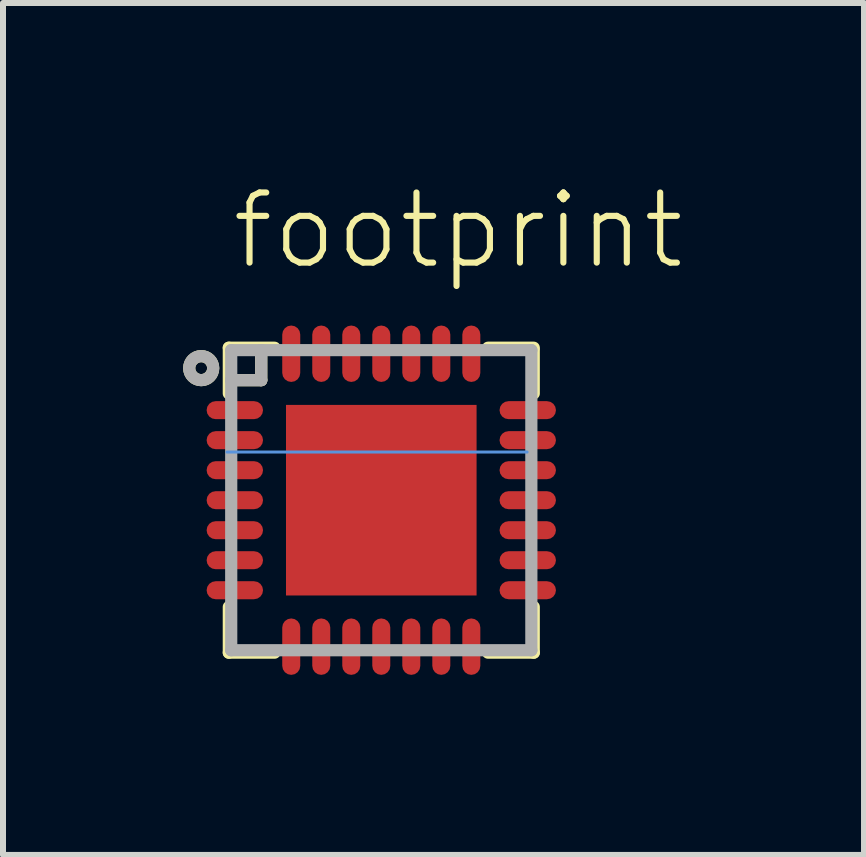
<source format=kicad_pcb>
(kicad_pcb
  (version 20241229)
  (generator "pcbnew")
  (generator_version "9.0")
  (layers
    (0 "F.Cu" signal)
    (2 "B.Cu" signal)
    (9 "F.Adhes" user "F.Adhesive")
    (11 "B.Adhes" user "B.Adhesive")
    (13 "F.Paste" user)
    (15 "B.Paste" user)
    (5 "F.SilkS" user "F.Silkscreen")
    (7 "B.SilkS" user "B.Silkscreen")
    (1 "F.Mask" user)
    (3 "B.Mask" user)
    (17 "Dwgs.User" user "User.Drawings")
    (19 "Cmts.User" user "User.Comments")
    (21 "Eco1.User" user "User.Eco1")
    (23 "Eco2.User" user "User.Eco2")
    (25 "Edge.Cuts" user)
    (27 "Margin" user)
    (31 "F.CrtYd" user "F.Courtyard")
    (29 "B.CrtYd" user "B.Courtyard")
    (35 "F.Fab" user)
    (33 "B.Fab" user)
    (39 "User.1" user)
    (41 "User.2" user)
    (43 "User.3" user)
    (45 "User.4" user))
  (footprint "footprint"
    (layer "F.Cu")
    (at 3.302 5.283)
    (property "Reference" "footprint" (at -2.54 -3.81 0) (layer "F.SilkS") (effects (font (size 1.168 1.168) (thickness 0.102)) (justify left bottom)))
    (fp_line (start -2.54 -2.54) (end -2.54 -1.778) (stroke (width 0.203) (type solid)) (layer "F.SilkS"))
    (fp_line (start -2.54 -2.54) (end -1.778 -2.54) (stroke (width 0.203) (type solid)) (layer "F.SilkS"))
    (fp_line (start -2.54 2.54) (end -2.54 1.778) (stroke (width 0.203) (type solid)) (layer "F.SilkS"))
    (fp_line (start -2.54 2.54) (end -1.778 2.54) (stroke (width 0.203) (type solid)) (layer "F.SilkS"))
    (fp_line (start -2 -2.5) (end -2 -2) (stroke (width 0.203) (type solid)) (layer "F.SilkS"))
    (fp_line (start -2 -2) (end -2.5 -2) (stroke (width 0.203) (type solid)) (layer "F.SilkS"))
    (fp_line (start 2.54 -2.54) (end 1.778 -2.54) (stroke (width 0.203) (type solid)) (layer "F.SilkS"))
    (fp_line (start 2.54 -2.5) (end 2.54 -1.778) (stroke (width 0.203) (type solid)) (layer "F.SilkS"))
    (fp_line (start 2.54 2.54) (end 1.778 2.54) (stroke (width 0.203) (type solid)) (layer "F.SilkS"))
    (fp_line (start 2.54 2.54) (end 2.54 1.778) (stroke (width 0.203) (type solid)) (layer "F.SilkS"))
    (fp_circle (center -3 -2.2) (end -2.8 -2.2) (stroke (width 0.203) (type solid)) (fill no) (layer "F.SilkS"))
    (fp_line (start -2.126 -0.503) (end -2.69 -0.503) (stroke (width 0.254) (type solid)) (layer "F.Paste"))
    (fp_line (start -2.123 -0.003) (end -2.687 -0.003) (stroke (width 0.254) (type solid)) (layer "F.Paste"))
    (fp_line (start -2.123 0.495) (end -2.687 0.495) (stroke (width 0.254) (type solid)) (layer "F.Paste"))
    (fp_line (start -2.123 1.499) (end -2.687 1.499) (stroke (width 0.254) (type solid)) (layer "F.Paste"))
    (fp_line (start -2.121 -1.003) (end -2.685 -1.003) (stroke (width 0.254) (type solid)) (layer "F.Paste"))
    (fp_line (start -2.118 -1.506) (end -2.682 -1.506) (stroke (width 0.254) (type solid)) (layer "F.Paste"))
    (fp_line (start -2.118 0.996) (end -2.682 0.996) (stroke (width 0.254) (type solid)) (layer "F.Paste"))
    (fp_line (start -1.504 -2.118) (end -1.504 -2.682) (stroke (width 0.254) (type solid)) (layer "F.Paste"))
    (fp_line (start -1.504 2.672) (end -1.504 2.108) (stroke (width 0.254) (type solid)) (layer "F.Paste"))
    (fp_line (start -1.001 -2.113) (end -1.001 -2.677) (stroke (width 0.254) (type solid)) (layer "F.Paste"))
    (fp_line (start -1.001 2.677) (end -1.001 2.113) (stroke (width 0.254) (type solid)) (layer "F.Paste"))
    (fp_line (start -0.5 -2.118) (end -0.5 -2.682) (stroke (width 0.254) (type solid)) (layer "F.Paste"))
    (fp_line (start -0.5 2.672) (end -0.5 2.108) (stroke (width 0.254) (type solid)) (layer "F.Paste"))
    (fp_line (start -0.003 -2.118) (end -0.003 -2.682) (stroke (width 0.254) (type solid)) (layer "F.Paste"))
    (fp_line (start -0.003 2.672) (end -0.003 2.108) (stroke (width 0.254) (type solid)) (layer "F.Paste"))
    (fp_line (start 0.498 -2.121) (end 0.498 -2.685) (stroke (width 0.254) (type solid)) (layer "F.Paste"))
    (fp_line (start 0.498 2.67) (end 0.498 2.106) (stroke (width 0.254) (type solid)) (layer "F.Paste"))
    (fp_line (start 0.998 -2.116) (end 0.998 -2.68) (stroke (width 0.254) (type solid)) (layer "F.Paste"))
    (fp_line (start 0.998 2.675) (end 0.998 2.111) (stroke (width 0.254) (type solid)) (layer "F.Paste"))
    (fp_line (start 1.501 -2.113) (end 1.501 -2.677) (stroke (width 0.254) (type solid)) (layer "F.Paste"))
    (fp_line (start 1.501 2.677) (end 1.501 2.113) (stroke (width 0.254) (type solid)) (layer "F.Paste"))
    (fp_line (start 2.672 -0.5) (end 2.108 -0.5) (stroke (width 0.254) (type solid)) (layer "F.Paste"))
    (fp_line (start 2.675 0) (end 2.111 0) (stroke (width 0.254) (type solid)) (layer "F.Paste"))
    (fp_line (start 2.675 0.498) (end 2.111 0.498) (stroke (width 0.254) (type solid)) (layer "F.Paste"))
    (fp_line (start 2.675 1.501) (end 2.111 1.501) (stroke (width 0.254) (type solid)) (layer "F.Paste"))
    (fp_line (start 2.677 -1.001) (end 2.113 -1.001) (stroke (width 0.254) (type solid)) (layer "F.Paste"))
    (fp_line (start 2.68 -1.504) (end 2.116 -1.504) (stroke (width 0.254) (type solid)) (layer "F.Paste"))
    (fp_line (start 2.68 0.998) (end 2.116 0.998) (stroke (width 0.254) (type solid)) (layer "F.Paste"))
    (fp_poly (pts (xy -0.841 -0.333) (xy -0.3 -0.333) (xy -0.3 -0.864) (xy -0.841 -0.864)) (stroke (width 0) (type solid)) (fill yes) (layer "F.Paste"))
    (fp_poly (pts (xy -0.831 0.848) (xy -0.29 0.848) (xy -0.29 0.318) (xy -0.831 0.318)) (stroke (width 0) (type solid)) (fill yes) (layer "F.Paste"))
    (fp_poly (pts (xy 0.295 0.846) (xy 0.836 0.846) (xy 0.836 0.315) (xy 0.295 0.315)) (stroke (width 0) (type solid)) (fill yes) (layer "F.Paste"))
    (fp_poly (pts (xy 0.325 -0.356) (xy 0.866 -0.356) (xy 0.866 -0.886) (xy 0.325 -0.886)) (stroke (width 0) (type solid)) (fill yes) (layer "F.Paste"))
    (fp_line (start 2.429 -0.802) (end -2.571 -0.802) (stroke (width 0.05) (type solid)) (layer "Cmts.User"))
    (fp_line (start -2.5 -2.5) (end -2.5 -2) (stroke (width 0.203) (type solid)) (layer "F.Fab"))
    (fp_line (start -2.5 -2) (end -2.5 2.5) (stroke (width 0.203) (type solid)) (layer "F.Fab"))
    (fp_line (start -2.5 2.5) (end 2.5 2.5) (stroke (width 0.203) (type solid)) (layer "F.Fab"))
    (fp_line (start -2 -2.5) (end -2.5 -2.5) (stroke (width 0.203) (type solid)) (layer "F.Fab"))
    (fp_line (start -2 -2.5) (end -2 -2) (stroke (width 0.203) (type solid)) (layer "F.Fab"))
    (fp_line (start -2 -2) (end -2.5 -2) (stroke (width 0.203) (type solid)) (layer "F.Fab"))
    (fp_line (start 2.5 -2.5) (end -2 -2.5) (stroke (width 0.203) (type solid)) (layer "F.Fab"))
    (fp_line (start 2.5 2.5) (end 2.5 -2.5) (stroke (width 0.203) (type solid)) (layer "F.Fab"))
    (fp_circle (center -3 -2.2) (end -2.8 -2.2) (stroke (width 0.203) (type solid)) (fill no) (layer "F.Fab"))
    (pad "P$1" smd roundrect (at -2.44 -1.5 90) (size 0.3 0.94) (layers "F.Cu" "F.Mask") (roundrect_rratio 0.5))
    (pad "P$2" smd roundrect (at -2.44 -1 90) (size 0.3 0.94) (layers "F.Cu" "F.Mask") (roundrect_rratio 0.5))
    (pad "P$3" smd roundrect (at -2.44 -0.5 90) (size 0.3 0.94) (layers "F.Cu" "F.Mask") (roundrect_rratio 0.5))
    (pad "P$4" smd roundrect (at -2.44 0 90) (size 0.3 0.94) (layers "F.Cu" "F.Mask") (roundrect_rratio 0.5))
    (pad "P$5" smd roundrect (at -2.44 0.5 90) (size 0.3 0.94) (layers "F.Cu" "F.Mask") (roundrect_rratio 0.5))
    (pad "P$6" smd roundrect (at -2.44 1 90) (size 0.3 0.94) (layers "F.Cu" "F.Mask") (roundrect_rratio 0.5))
    (pad "P$7" smd roundrect (at -2.44 1.5 90) (size 0.3 0.94) (layers "F.Cu" "F.Mask") (roundrect_rratio 0.5))
    (pad "P$8" smd roundrect (at -1.5 2.44 180) (size 0.3 0.94) (layers "F.Cu" "F.Mask") (roundrect_rratio 0.5))
    (pad "P$9" smd roundrect (at -1 2.44 180) (size 0.3 0.94) (layers "F.Cu" "F.Mask") (roundrect_rratio 0.5))
    (pad "P$10" smd roundrect (at -0.5 2.44 180) (size 0.3 0.94) (layers "F.Cu" "F.Mask") (roundrect_rratio 0.5))
    (pad "P$11" smd roundrect (at 0 2.44 180) (size 0.3 0.94) (layers "F.Cu" "F.Mask") (roundrect_rratio 0.5))
    (pad "P$12" smd roundrect (at 0.5 2.44 180) (size 0.3 0.94) (layers "F.Cu" "F.Mask") (roundrect_rratio 0.5))
    (pad "P$13" smd roundrect (at 1 2.44 180) (size 0.3 0.94) (layers "F.Cu" "F.Mask") (roundrect_rratio 0.5))
    (pad "P$14" smd roundrect (at 1.5 2.44 180) (size 0.3 0.94) (layers "F.Cu" "F.Mask") (roundrect_rratio 0.5))
    (pad "P$15" smd roundrect (at 2.44 1.5 270) (size 0.3 0.94) (layers "F.Cu" "F.Mask") (roundrect_rratio 0.5))
    (pad "P$16" smd roundrect (at 2.44 1 270) (size 0.3 0.94) (layers "F.Cu" "F.Mask") (roundrect_rratio 0.5))
    (pad "P$17" smd roundrect (at 2.44 0.5 270) (size 0.3 0.94) (layers "F.Cu" "F.Mask") (roundrect_rratio 0.5))
    (pad "P$18" smd roundrect (at 2.44 0 270) (size 0.3 0.94) (layers "F.Cu" "F.Mask") (roundrect_rratio 0.5))
    (pad "P$19" smd roundrect (at 2.44 -0.5 270) (size 0.3 0.94) (layers "F.Cu" "F.Mask") (roundrect_rratio 0.5))
    (pad "P$20" smd roundrect (at 2.44 -1 270) (size 0.3 0.94) (layers "F.Cu" "F.Mask") (roundrect_rratio 0.5))
    (pad "P$21" smd roundrect (at 2.44 -1.5 270) (size 0.3 0.94) (layers "F.Cu" "F.Mask") (roundrect_rratio 0.5))
    (pad "P$22" smd roundrect (at 1.5 -2.44) (size 0.3 0.94) (layers "F.Cu" "F.Mask") (roundrect_rratio 0.5))
    (pad "P$23" smd roundrect (at 1 -2.44) (size 0.3 0.94) (layers "F.Cu" "F.Mask") (roundrect_rratio 0.5))
    (pad "P$24" smd roundrect (at 0.5 -2.44) (size 0.3 0.94) (layers "F.Cu" "F.Mask") (roundrect_rratio 0.5))
    (pad "P$25" smd roundrect (at 0 -2.44) (size 0.3 0.94) (layers "F.Cu" "F.Mask") (roundrect_rratio 0.5))
    (pad "P$26" smd roundrect (at -0.5 -2.44) (size 0.3 0.94) (layers "F.Cu" "F.Mask") (roundrect_rratio 0.5))
    (pad "P$27" smd roundrect (at -1 -2.44) (size 0.3 0.94) (layers "F.Cu" "F.Mask") (roundrect_rratio 0.5))
    (pad "P$28" smd roundrect (at -1.5 -2.44) (size 0.3 0.94) (layers "F.Cu" "F.Mask") (roundrect_rratio 0.5))
    (pad "P$29" smd rect (at 0 0) (size 3.175 3.175) (layers "F.Cu" "F.Mask")))
  (gr_rect
    (start -3 -3)
    (end 11.344 11.193)
    (stroke (width 0.1) (type default))
    (fill no)
    (layer "Edge.Cuts")))
</source>
